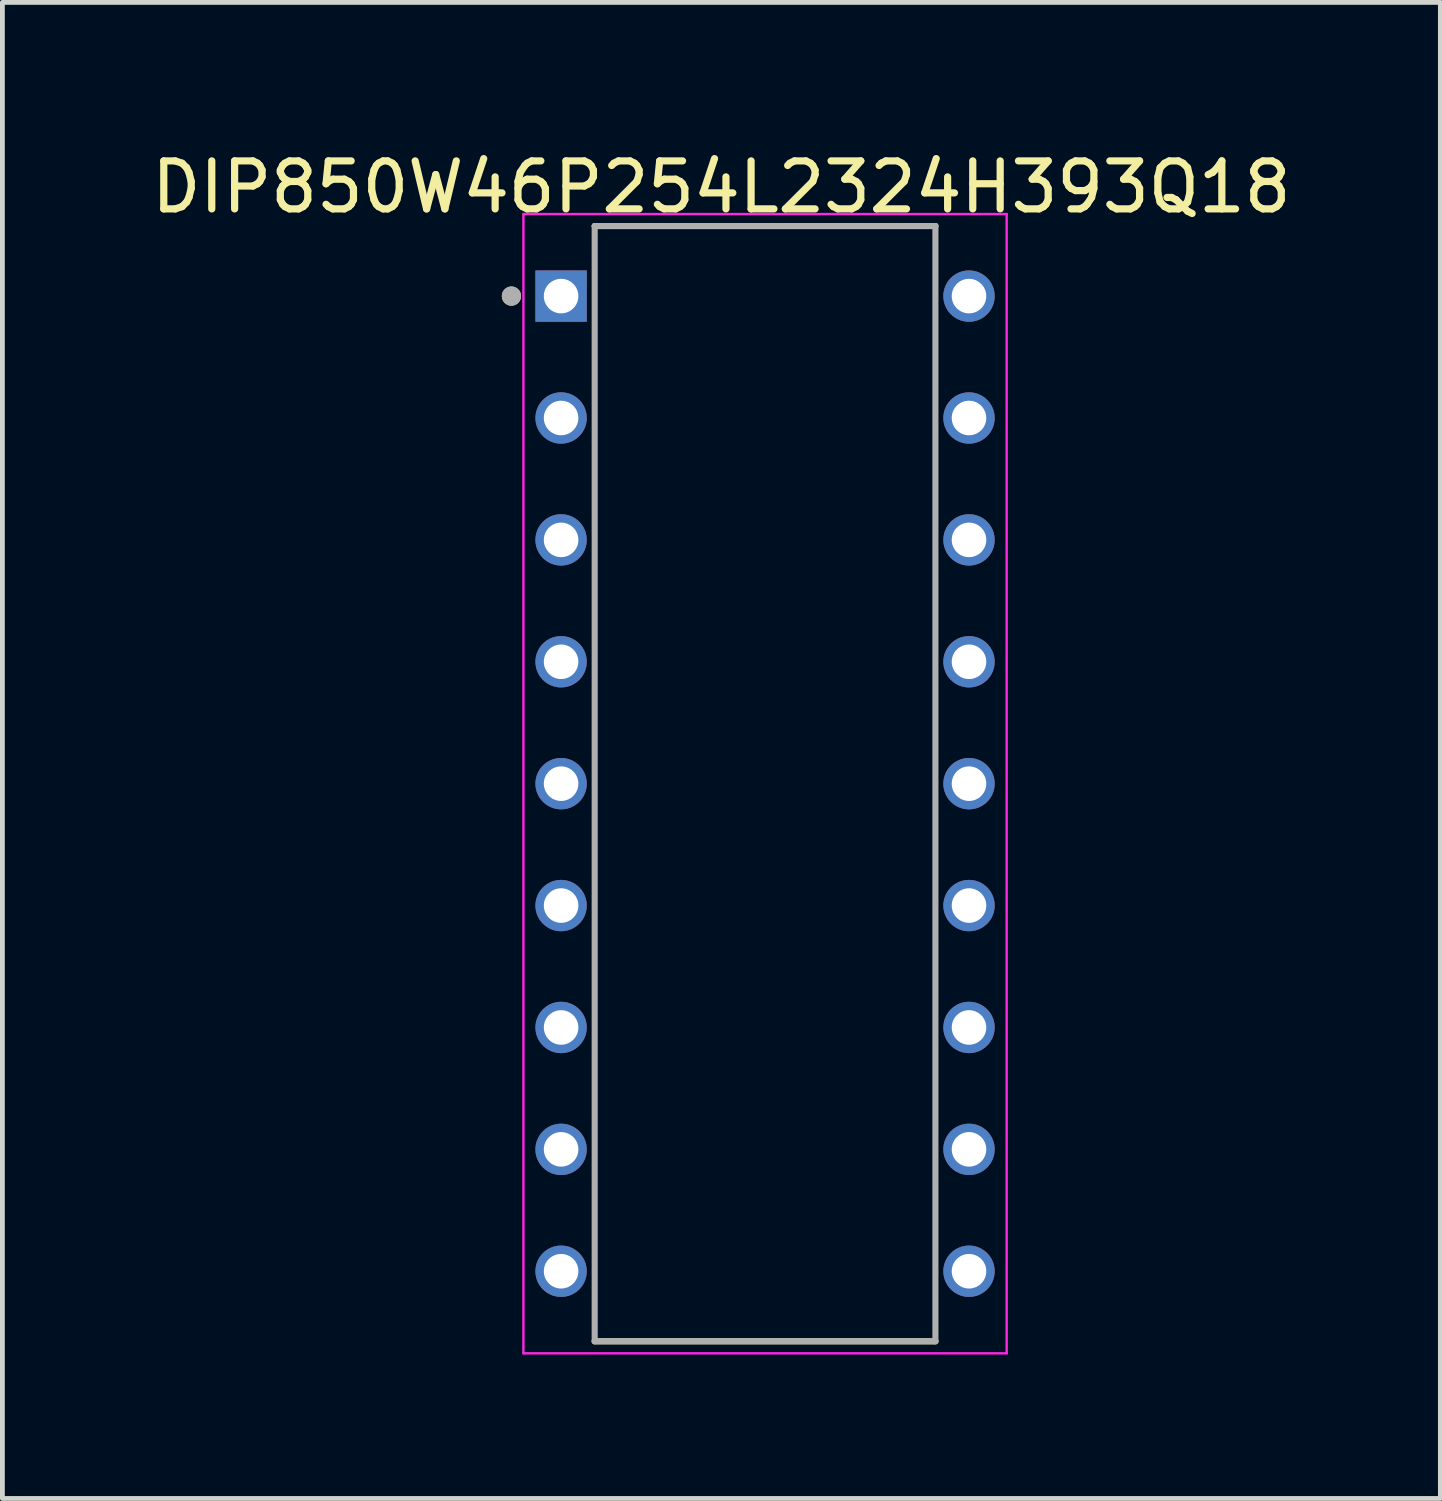
<source format=kicad_pcb>
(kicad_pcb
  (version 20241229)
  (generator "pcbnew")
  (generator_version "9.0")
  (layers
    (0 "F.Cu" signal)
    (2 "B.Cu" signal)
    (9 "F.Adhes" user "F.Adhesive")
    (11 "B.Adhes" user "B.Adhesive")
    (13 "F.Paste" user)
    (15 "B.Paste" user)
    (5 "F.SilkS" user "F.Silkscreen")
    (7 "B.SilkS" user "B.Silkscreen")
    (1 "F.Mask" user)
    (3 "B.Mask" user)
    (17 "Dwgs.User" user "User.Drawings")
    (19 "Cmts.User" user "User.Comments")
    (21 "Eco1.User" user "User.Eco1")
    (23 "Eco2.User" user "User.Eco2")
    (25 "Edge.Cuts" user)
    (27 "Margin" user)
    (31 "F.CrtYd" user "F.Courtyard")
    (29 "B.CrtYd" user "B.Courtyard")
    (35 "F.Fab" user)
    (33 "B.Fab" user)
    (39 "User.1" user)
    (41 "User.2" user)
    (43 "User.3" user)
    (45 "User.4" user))
  (footprint "DIP850W46P254L2324H393Q18"
    (layer "F.Cu")
    (at 12.892 13.28)
    (property "Reference" "DIP850W46P254L2324H393Q18" (at -0.91 -12.432 0) (layer "F.SilkS") (effects (font (size 1 1) (thickness 0.15))))
    (attr through_hole)
    (fp_line (start -3.55 -11.62) (end 3.55 -11.62) (stroke (width 0.127) (type solid)) (layer "F.SilkS"))
    (fp_line (start -3.55 11.62) (end 3.55 11.62) (stroke (width 0.127) (type solid)) (layer "F.SilkS"))
    (fp_circle (center -5.285 -10.16) (end -5.185 -10.16) (stroke (width 0.2) (type solid)) (fill no) (layer "F.SilkS"))
    (fp_line (start -5.035 -11.87) (end -5.035 11.87) (stroke (width 0.05) (type solid)) (layer "F.CrtYd"))
    (fp_line (start 5.035 -11.87) (end -5.035 -11.87) (stroke (width 0.05) (type solid)) (layer "F.CrtYd"))
    (fp_line (start 5.035 -11.87) (end 5.035 11.87) (stroke (width 0.05) (type solid)) (layer "F.CrtYd"))
    (fp_line (start 5.035 11.87) (end -5.035 11.87) (stroke (width 0.05) (type solid)) (layer "F.CrtYd"))
    (fp_line (start -3.55 -11.62) (end -3.55 11.62) (stroke (width 0.127) (type solid)) (layer "F.Fab"))
    (fp_line (start -3.55 -11.62) (end 3.55 -11.62) (stroke (width 0.127) (type solid)) (layer "F.Fab"))
    (fp_line (start -3.55 11.62) (end 3.55 11.62) (stroke (width 0.127) (type solid)) (layer "F.Fab"))
    (fp_line (start 3.55 -11.62) (end 3.55 11.62) (stroke (width 0.127) (type solid)) (layer "F.Fab"))
    (fp_circle (center -5.285 -10.16) (end -5.185 -10.16) (stroke (width 0.2) (type solid)) (fill no) (layer "F.Fab"))
    (pad "1" thru_hole rect (at -4.25 -10.16) (size 1.07 1.07) (drill 0.72) (layers "*.Cu" "*.Mask"))
    (pad "2" thru_hole circle (at -4.25 -7.62) (size 1.07 1.07) (drill 0.72) (layers "*.Cu" "*.Mask"))
    (pad "3" thru_hole circle (at -4.25 -5.08) (size 1.07 1.07) (drill 0.72) (layers "*.Cu" "*.Mask"))
    (pad "4" thru_hole circle (at -4.25 -2.54) (size 1.07 1.07) (drill 0.72) (layers "*.Cu" "*.Mask"))
    (pad "5" thru_hole circle (at -4.25 0) (size 1.07 1.07) (drill 0.72) (layers "*.Cu" "*.Mask"))
    (pad "6" thru_hole circle (at -4.25 2.54) (size 1.07 1.07) (drill 0.72) (layers "*.Cu" "*.Mask"))
    (pad "7" thru_hole circle (at -4.25 5.08) (size 1.07 1.07) (drill 0.72) (layers "*.Cu" "*.Mask"))
    (pad "8" thru_hole circle (at -4.25 7.62) (size 1.07 1.07) (drill 0.72) (layers "*.Cu" "*.Mask"))
    (pad "9" thru_hole circle (at -4.25 10.16) (size 1.07 1.07) (drill 0.72) (layers "*.Cu" "*.Mask"))
    (pad "10" thru_hole circle (at 4.25 10.16) (size 1.07 1.07) (drill 0.72) (layers "*.Cu" "*.Mask"))
    (pad "11" thru_hole circle (at 4.25 7.62) (size 1.07 1.07) (drill 0.72) (layers "*.Cu" "*.Mask"))
    (pad "12" thru_hole circle (at 4.25 5.08) (size 1.07 1.07) (drill 0.72) (layers "*.Cu" "*.Mask"))
    (pad "13" thru_hole circle (at 4.25 2.54) (size 1.07 1.07) (drill 0.72) (layers "*.Cu" "*.Mask"))
    (pad "14" thru_hole circle (at 4.25 0) (size 1.07 1.07) (drill 0.72) (layers "*.Cu" "*.Mask"))
    (pad "15" thru_hole circle (at 4.25 -2.54) (size 1.07 1.07) (drill 0.72) (layers "*.Cu" "*.Mask"))
    (pad "16" thru_hole circle (at 4.25 -5.08) (size 1.07 1.07) (drill 0.72) (layers "*.Cu" "*.Mask"))
    (pad "17" thru_hole circle (at 4.25 -7.62) (size 1.07 1.07) (drill 0.72) (layers "*.Cu" "*.Mask"))
    (pad "18" thru_hole circle (at 4.25 -10.16) (size 1.07 1.07) (drill 0.72) (layers "*.Cu" "*.Mask")))
  (gr_rect
    (start -3 -3)
    (end 26.964 28.175)
    (stroke (width 0.1) (type default))
    (fill no)
    (layer "Edge.Cuts")))
</source>
